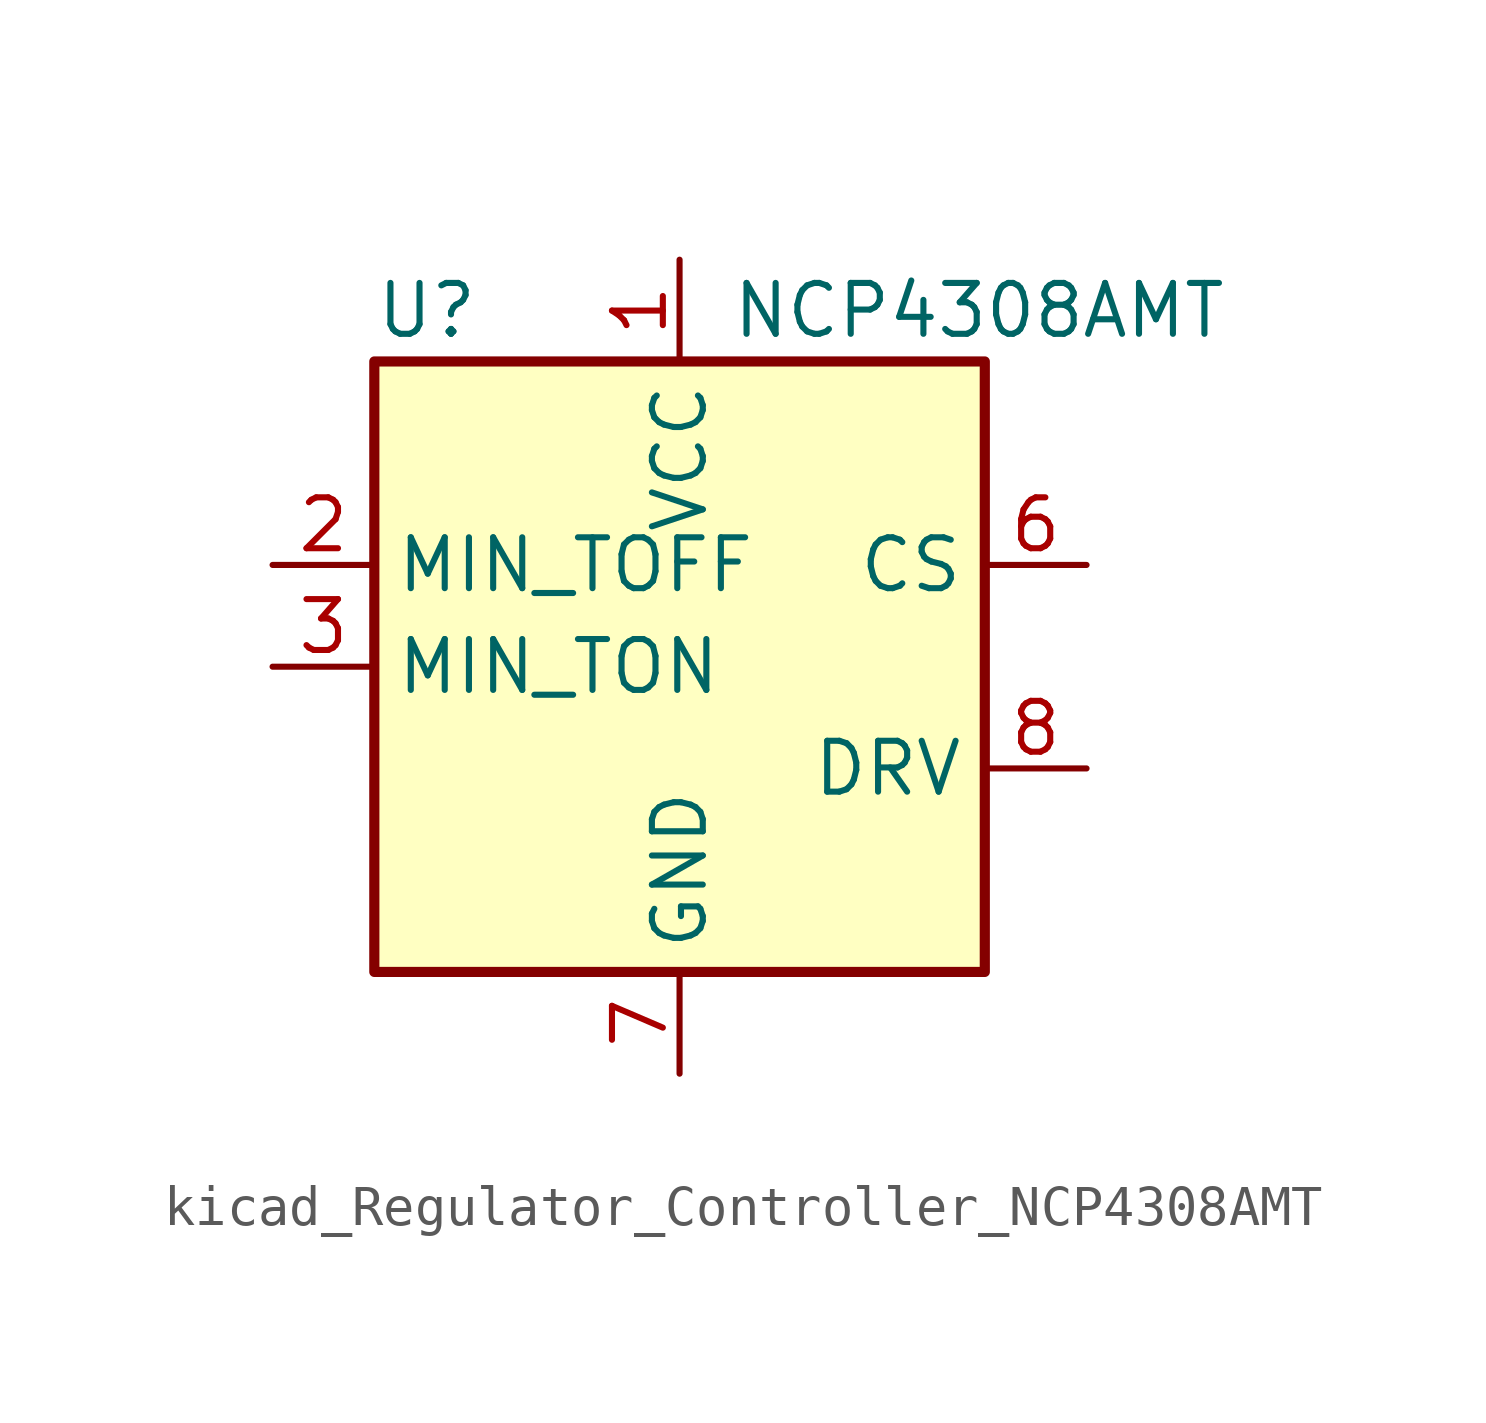
<source format=kicad_sym>
(kicad_symbol_lib
  (version 20220914)
  (generator kicad_symbol_editor)
  (symbol "kicad_Regulator_Controller_NCP4308AMT"
    (property "Reference" "U"
      (at -7.62 8.89 0)
      (effects (font (size 1.27 1.27)) (justify left)))
    (property "Value" "NCP4308AMT"
      (at 1.27 8.89 0)
      (effects (font (size 1.27 1.27)) (justify left)))
    (symbol "kicad_Regulator_Controller_NCP4308AMT_0_1"
      (rectangle (start -7.62 7.62) (end 7.62 -7.62) (stroke (width 0.254) (type default)) (fill (type background))))
    (symbol "kicad_Regulator_Controller_NCP4308AMT_1_1"
      (pin power_in line (at 0 10.16 270) (length 2.54) (name "VCC" (effects (font (size 1.27 1.27)))) (number "1" (effects (font (size 1.27 1.27)))))
      (pin passive line (at -10.16 2.54 0) (length 2.54) (name "MIN_TOFF" (effects (font (size 1.27 1.27)))) (number "2" (effects (font (size 1.27 1.27)))))
      (pin passive line (at -10.16 0 0) (length 2.54) (name "MIN_TON" (effects (font (size 1.27 1.27)))) (number "3" (effects (font (size 1.27 1.27)))))
      (pin no_connect line (at 7.62 -5.08 180) (length 2.54) hide (name "NC" (effects (font (size 1.27 1.27)))) (number "4" (effects (font (size 1.27 1.27)))))
      (pin no_connect line (at 7.62 -7.62 180) (length 2.54) hide (name "NC" (effects (font (size 1.27 1.27)))) (number "5" (effects (font (size 1.27 1.27)))))
      (pin input line (at 10.16 2.54 180) (length 2.54) (name "CS" (effects (font (size 1.27 1.27)))) (number "6" (effects (font (size 1.27 1.27)))))
      (pin power_in line (at 0 -10.16 90) (length 2.54) (name "GND" (effects (font (size 1.27 1.27)))) (number "7" (effects (font (size 1.27 1.27)))))
      (pin output line (at 10.16 -2.54 180) (length 2.54) (name "DRV" (effects (font (size 1.27 1.27)))) (number "8" (effects (font (size 1.27 1.27))))))))
</source>
